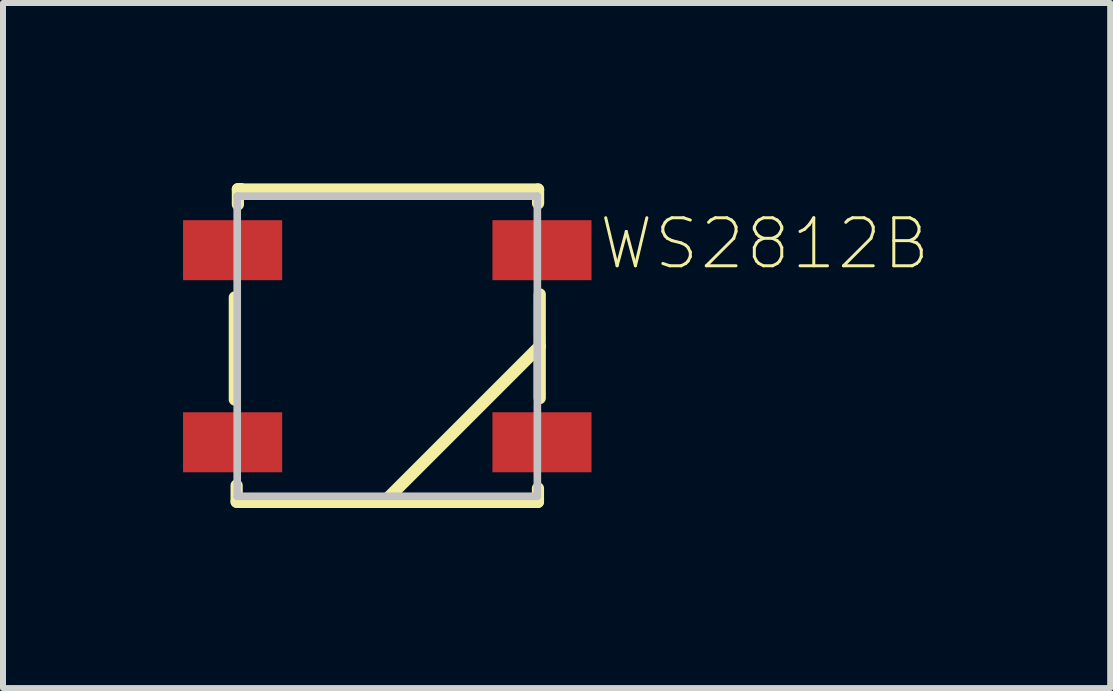
<source format=kicad_pcb>
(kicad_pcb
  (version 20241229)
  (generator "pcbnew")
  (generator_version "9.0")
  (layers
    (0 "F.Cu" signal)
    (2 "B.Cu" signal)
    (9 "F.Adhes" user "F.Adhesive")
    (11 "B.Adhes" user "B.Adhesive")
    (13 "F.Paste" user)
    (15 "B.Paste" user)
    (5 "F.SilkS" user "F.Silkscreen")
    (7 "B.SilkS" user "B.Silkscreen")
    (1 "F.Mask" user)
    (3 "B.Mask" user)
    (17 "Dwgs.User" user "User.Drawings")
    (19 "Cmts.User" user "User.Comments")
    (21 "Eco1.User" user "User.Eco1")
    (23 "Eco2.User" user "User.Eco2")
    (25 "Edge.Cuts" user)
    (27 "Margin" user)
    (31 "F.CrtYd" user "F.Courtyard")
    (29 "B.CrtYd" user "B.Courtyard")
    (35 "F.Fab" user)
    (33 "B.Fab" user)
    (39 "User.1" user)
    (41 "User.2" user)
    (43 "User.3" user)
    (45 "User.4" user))
  (footprint "WS2812B"
    (layer "F.Cu")
    (at 3.402 2.718)
    (property "Reference" "WS2812B" (at 6.286 -1.708 0) (layer "F.SilkS") (effects (font (size 0.8 0.8) (thickness 0.05))))
    (attr smd)
    (fp_line (start -2.54 0.889) (end -2.54 -0.813) (stroke (width 0.203) (type solid)) (layer "F.SilkS"))
    (fp_line (start -2.51 2.319) (end -2.51 2.591) (stroke (width 0.203) (type solid)) (layer "F.SilkS"))
    (fp_line (start -2.51 2.591) (end -2.459 2.591) (stroke (width 0.203) (type solid)) (layer "F.SilkS"))
    (fp_line (start -2.489 -2.616) (end -2.438 -2.616) (stroke (width 0.203) (type solid)) (layer "F.SilkS"))
    (fp_line (start -2.489 -2.362) (end -2.489 -2.616) (stroke (width 0.203) (type solid)) (layer "F.SilkS"))
    (fp_line (start -2.459 2.591) (end -2.459 2.593) (stroke (width 0.203) (type solid)) (layer "F.SilkS"))
    (fp_line (start -2.459 2.593) (end 2.51 2.593) (stroke (width 0.203) (type solid)) (layer "F.SilkS"))
    (fp_line (start -2.438 -2.616) (end -2.438 -2.611) (stroke (width 0.203) (type solid)) (layer "F.SilkS"))
    (fp_line (start -2.438 -2.611) (end 2.512 -2.611) (stroke (width 0.203) (type solid)) (layer "F.SilkS"))
    (fp_line (start 2.51 2.593) (end 2.51 2.367) (stroke (width 0.203) (type solid)) (layer "F.SilkS"))
    (fp_line (start 2.512 -2.611) (end 2.512 -2.38) (stroke (width 0.203) (type solid)) (layer "F.SilkS"))
    (fp_line (start 2.54 -0.864) (end 2.54 0) (stroke (width 0.203) (type solid)) (layer "F.SilkS"))
    (fp_line (start 2.54 0) (end 0 2.54) (stroke (width 0.203) (type solid)) (layer "F.SilkS"))
    (fp_line (start 2.54 0) (end 2.54 0.864) (stroke (width 0.203) (type solid)) (layer "F.SilkS"))
    (fp_line (start -2.5 -2.5) (end -2.5 2.5) (stroke (width 0.127) (type solid)) (layer "Dwgs.User"))
    (fp_line (start -2.5 2.5) (end 2.5 2.5) (stroke (width 0.127) (type solid)) (layer "Dwgs.User"))
    (fp_line (start 2.5 -2.5) (end -2.5 -2.5) (stroke (width 0.127) (type solid)) (layer "Dwgs.User"))
    (fp_line (start 2.5 2.5) (end 2.5 -2.5) (stroke (width 0.127) (type solid)) (layer "Dwgs.User"))
    (pad "1" smd rect (at -2.577 -1.6) (size 1.651 1) (layers "F.Cu" "F.Mask" "F.Paste"))
    (pad "2" smd rect (at -2.577 1.6) (size 1.651 1) (layers "F.Cu" "F.Mask" "F.Paste"))
    (pad "3" smd rect (at 2.577 1.6) (size 1.651 1) (layers "F.Cu" "F.Mask" "F.Paste"))
    (pad "4" smd rect (at 2.577 -1.6) (size 1.651 1) (layers "F.Cu" "F.Mask" "F.Paste")))
  (gr_rect
    (start -3 -3)
    (end 15.445 8.413)
    (stroke (width 0.1) (type default))
    (fill no)
    (layer "Edge.Cuts")))
</source>
